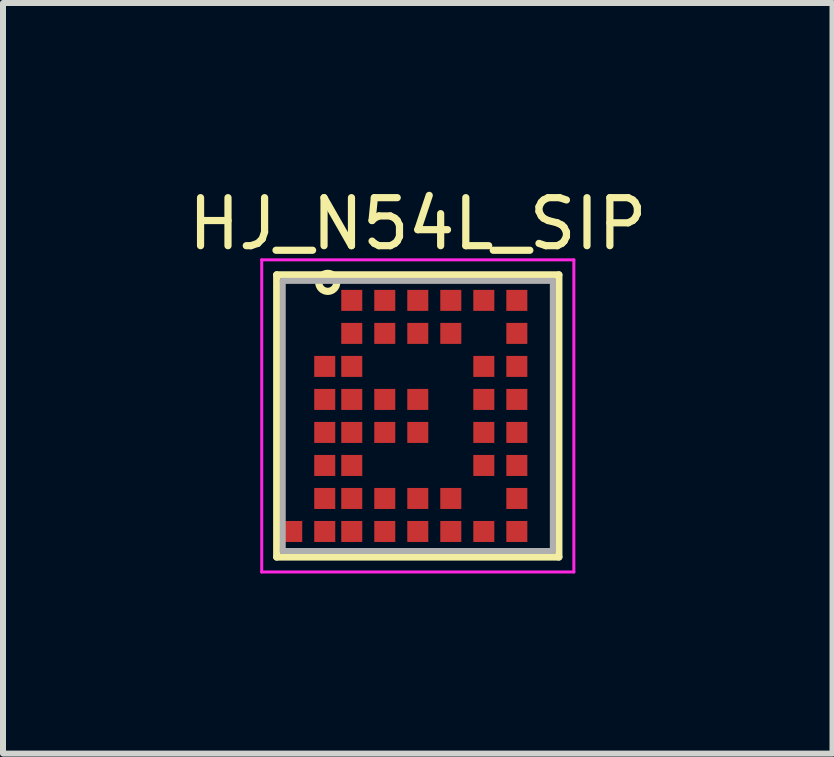
<source format=kicad_pcb>
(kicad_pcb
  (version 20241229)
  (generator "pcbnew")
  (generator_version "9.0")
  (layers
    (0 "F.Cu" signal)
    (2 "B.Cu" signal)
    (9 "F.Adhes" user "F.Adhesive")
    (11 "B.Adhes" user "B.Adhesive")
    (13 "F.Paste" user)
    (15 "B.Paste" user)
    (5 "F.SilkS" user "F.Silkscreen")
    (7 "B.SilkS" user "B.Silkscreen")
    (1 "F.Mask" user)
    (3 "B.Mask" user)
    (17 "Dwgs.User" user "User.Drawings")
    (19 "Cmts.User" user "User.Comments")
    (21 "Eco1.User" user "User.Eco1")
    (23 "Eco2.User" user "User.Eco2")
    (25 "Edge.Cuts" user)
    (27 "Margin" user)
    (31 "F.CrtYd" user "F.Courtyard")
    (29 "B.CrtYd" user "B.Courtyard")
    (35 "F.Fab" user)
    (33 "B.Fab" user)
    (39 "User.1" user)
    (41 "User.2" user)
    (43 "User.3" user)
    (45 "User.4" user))
  (footprint "HJ_N54L_SIP"
    (layer "F.Cu")
    (at 3.91 3.879)
    (property "Reference" "HJ_N54L_SIP" (at 0 -3.2 0) (layer "F.SilkS") (effects (font (size 0.8 0.8) (thickness 0.12))))
    (attr smd)
    (fp_line (start -2.35 -2.35) (end 2.35 -2.35) (stroke (width 0.12) (type solid)) (layer "F.SilkS"))
    (fp_line (start -2.35 2.35) (end -2.35 -2.35) (stroke (width 0.12) (type solid)) (layer "F.SilkS"))
    (fp_line (start 2.35 -2.35) (end 2.35 2.35) (stroke (width 0.12) (type solid)) (layer "F.SilkS"))
    (fp_line (start 2.35 2.35) (end -2.35 2.35) (stroke (width 0.12) (type solid)) (layer "F.SilkS"))
    (fp_circle (center -1.5 -2.225) (end -1.35 -2.225) (stroke (width 0.12) (type solid)) (fill no) (layer "F.SilkS"))
    (fp_line (start -2.6 -2.6) (end 2.6 -2.6) (stroke (width 0.05) (type solid)) (layer "F.CrtYd"))
    (fp_line (start -2.6 2.6) (end -2.6 -2.6) (stroke (width 0.05) (type solid)) (layer "F.CrtYd"))
    (fp_line (start 2.6 -2.6) (end 2.6 2.6) (stroke (width 0.05) (type solid)) (layer "F.CrtYd"))
    (fp_line (start 2.6 2.6) (end -2.6 2.6) (stroke (width 0.05) (type solid)) (layer "F.CrtYd"))
    (fp_line (start -2.25 -2.25) (end 2.25 -2.25) (stroke (width 0.1) (type solid)) (layer "F.Fab"))
    (fp_line (start -2.25 2.25) (end -2.25 -2.25) (stroke (width 0.1) (type solid)) (layer "F.Fab"))
    (fp_line (start 2.25 -2.25) (end 2.25 2.25) (stroke (width 0.1) (type solid)) (layer "F.Fab"))
    (fp_line (start 2.25 2.25) (end -2.25 2.25) (stroke (width 0.1) (type solid)) (layer "F.Fab"))
    (pad "1" smd rect (at -1.1 -1.925) (size 0.35 0.35) (layers "F.Cu" "F.Mask" "F.Paste"))
    (pad "2" smd rect (at -0.55 -1.925) (size 0.35 0.35) (layers "F.Cu" "F.Mask" "F.Paste"))
    (pad "3" smd rect (at 0 -1.925) (size 0.35 0.35) (layers "F.Cu" "F.Mask" "F.Paste"))
    (pad "4" smd rect (at 0.55 -1.925) (size 0.35 0.35) (layers "F.Cu" "F.Mask" "F.Paste"))
    (pad "5" smd rect (at 1.1 -1.925) (size 0.35 0.35) (layers "F.Cu" "F.Mask" "F.Paste"))
    (pad "6" smd rect (at 1.65 -1.925) (size 0.35 0.35) (layers "F.Cu" "F.Mask" "F.Paste"))
    (pad "7" smd rect (at 1.65 -1.375) (size 0.35 0.35) (layers "F.Cu" "F.Mask" "F.Paste"))
    (pad "8" smd rect (at 1.65 -0.825) (size 0.35 0.35) (layers "F.Cu" "F.Mask" "F.Paste"))
    (pad "9" smd rect (at 1.65 -0.275) (size 0.35 0.35) (layers "F.Cu" "F.Mask" "F.Paste"))
    (pad "10" smd rect (at 1.65 0.275) (size 0.35 0.35) (layers "F.Cu" "F.Mask" "F.Paste"))
    (pad "11" smd rect (at 1.65 0.825) (size 0.35 0.35) (layers "F.Cu" "F.Mask" "F.Paste"))
    (pad "12" smd rect (at 1.65 1.375) (size 0.35 0.35) (layers "F.Cu" "F.Mask" "F.Paste"))
    (pad "13" smd rect (at 1.65 1.925) (size 0.35 0.35) (layers "F.Cu" "F.Mask" "F.Paste"))
    (pad "14" smd rect (at 1.1 1.925) (size 0.35 0.35) (layers "F.Cu" "F.Mask" "F.Paste"))
    (pad "15" smd rect (at 0.55 1.925) (size 0.35 0.35) (layers "F.Cu" "F.Mask" "F.Paste"))
    (pad "16" smd rect (at 0 1.925) (size 0.35 0.35) (layers "F.Cu" "F.Mask" "F.Paste"))
    (pad "17" smd rect (at -0.55 1.925) (size 0.35 0.35) (layers "F.Cu" "F.Mask" "F.Paste"))
    (pad "18" smd rect (at -1.1 1.925) (size 0.35 0.35) (layers "F.Cu" "F.Mask" "F.Paste"))
    (pad "19" smd rect (at -1.55 1.925) (size 0.35 0.35) (layers "F.Cu" "F.Mask" "F.Paste"))
    (pad "20" smd rect (at -2.1 1.925) (size 0.35 0.35) (layers "F.Cu" "F.Mask" "F.Paste"))
    (pad "21" smd rect (at -1.55 1.375) (size 0.35 0.35) (layers "F.Cu" "F.Mask" "F.Paste"))
    (pad "22" smd rect (at -1.55 0.825) (size 0.35 0.35) (layers "F.Cu" "F.Mask" "F.Paste"))
    (pad "23" smd rect (at -1.55 0.275) (size 0.35 0.35) (layers "F.Cu" "F.Mask" "F.Paste"))
    (pad "24" smd rect (at -1.55 -0.275) (size 0.35 0.35) (layers "F.Cu" "F.Mask" "F.Paste"))
    (pad "25" smd rect (at -1.55 -0.825) (size 0.35 0.35) (layers "F.Cu" "F.Mask" "F.Paste"))
    (pad "26" smd rect (at -1.1 -1.375) (size 0.35 0.35) (layers "F.Cu" "F.Mask" "F.Paste"))
    (pad "27" smd rect (at -0.55 -1.375) (size 0.35 0.35) (layers "F.Cu" "F.Mask" "F.Paste"))
    (pad "28" smd rect (at 0 -1.375) (size 0.35 0.35) (layers "F.Cu" "F.Mask" "F.Paste"))
    (pad "29" smd rect (at 0.55 -1.375) (size 0.35 0.35) (layers "F.Cu" "F.Mask" "F.Paste"))
    (pad "30" smd rect (at 1.1 -0.825) (size 0.35 0.35) (layers "F.Cu" "F.Mask" "F.Paste"))
    (pad "31" smd rect (at 1.1 -0.275) (size 0.35 0.35) (layers "F.Cu" "F.Mask" "F.Paste"))
    (pad "32" smd rect (at 1.1 0.275) (size 0.35 0.35) (layers "F.Cu" "F.Mask" "F.Paste"))
    (pad "33" smd rect (at 1.1 0.825) (size 0.35 0.35) (layers "F.Cu" "F.Mask" "F.Paste"))
    (pad "34" smd rect (at 0.55 1.375) (size 0.35 0.35) (layers "F.Cu" "F.Mask" "F.Paste"))
    (pad "35" smd rect (at 0 1.375) (size 0.35 0.35) (layers "F.Cu" "F.Mask" "F.Paste"))
    (pad "36" smd rect (at -0.55 1.375) (size 0.35 0.35) (layers "F.Cu" "F.Mask" "F.Paste"))
    (pad "37" smd rect (at -1.1 1.375) (size 0.35 0.35) (layers "F.Cu" "F.Mask" "F.Paste"))
    (pad "38" smd rect (at -1.1 0.825) (size 0.35 0.35) (layers "F.Cu" "F.Mask" "F.Paste"))
    (pad "39" smd rect (at -1.1 0.275) (size 0.35 0.35) (layers "F.Cu" "F.Mask" "F.Paste"))
    (pad "40" smd rect (at -1.1 -0.275) (size 0.35 0.35) (layers "F.Cu" "F.Mask" "F.Paste"))
    (pad "41" smd rect (at -1.1 -0.825) (size 0.35 0.35) (layers "F.Cu" "F.Mask" "F.Paste"))
    (pad "42" smd rect (at -0.55 -0.275) (size 0.35 0.35) (layers "F.Cu" "F.Mask" "F.Paste"))
    (pad "43" smd rect (at 0 -0.275) (size 0.35 0.35) (layers "F.Cu" "F.Mask" "F.Paste"))
    (pad "44" smd rect (at 0 0.275) (size 0.35 0.35) (layers "F.Cu" "F.Mask" "F.Paste"))
    (pad "45" smd rect (at -0.55 0.275) (size 0.35 0.35) (layers "F.Cu" "F.Mask" "F.Paste")))
  (gr_rect
    (start -3 -3)
    (end 10.819 9.504)
    (stroke (width 0.1) (type default))
    (fill no)
    (layer "Edge.Cuts")))
</source>
